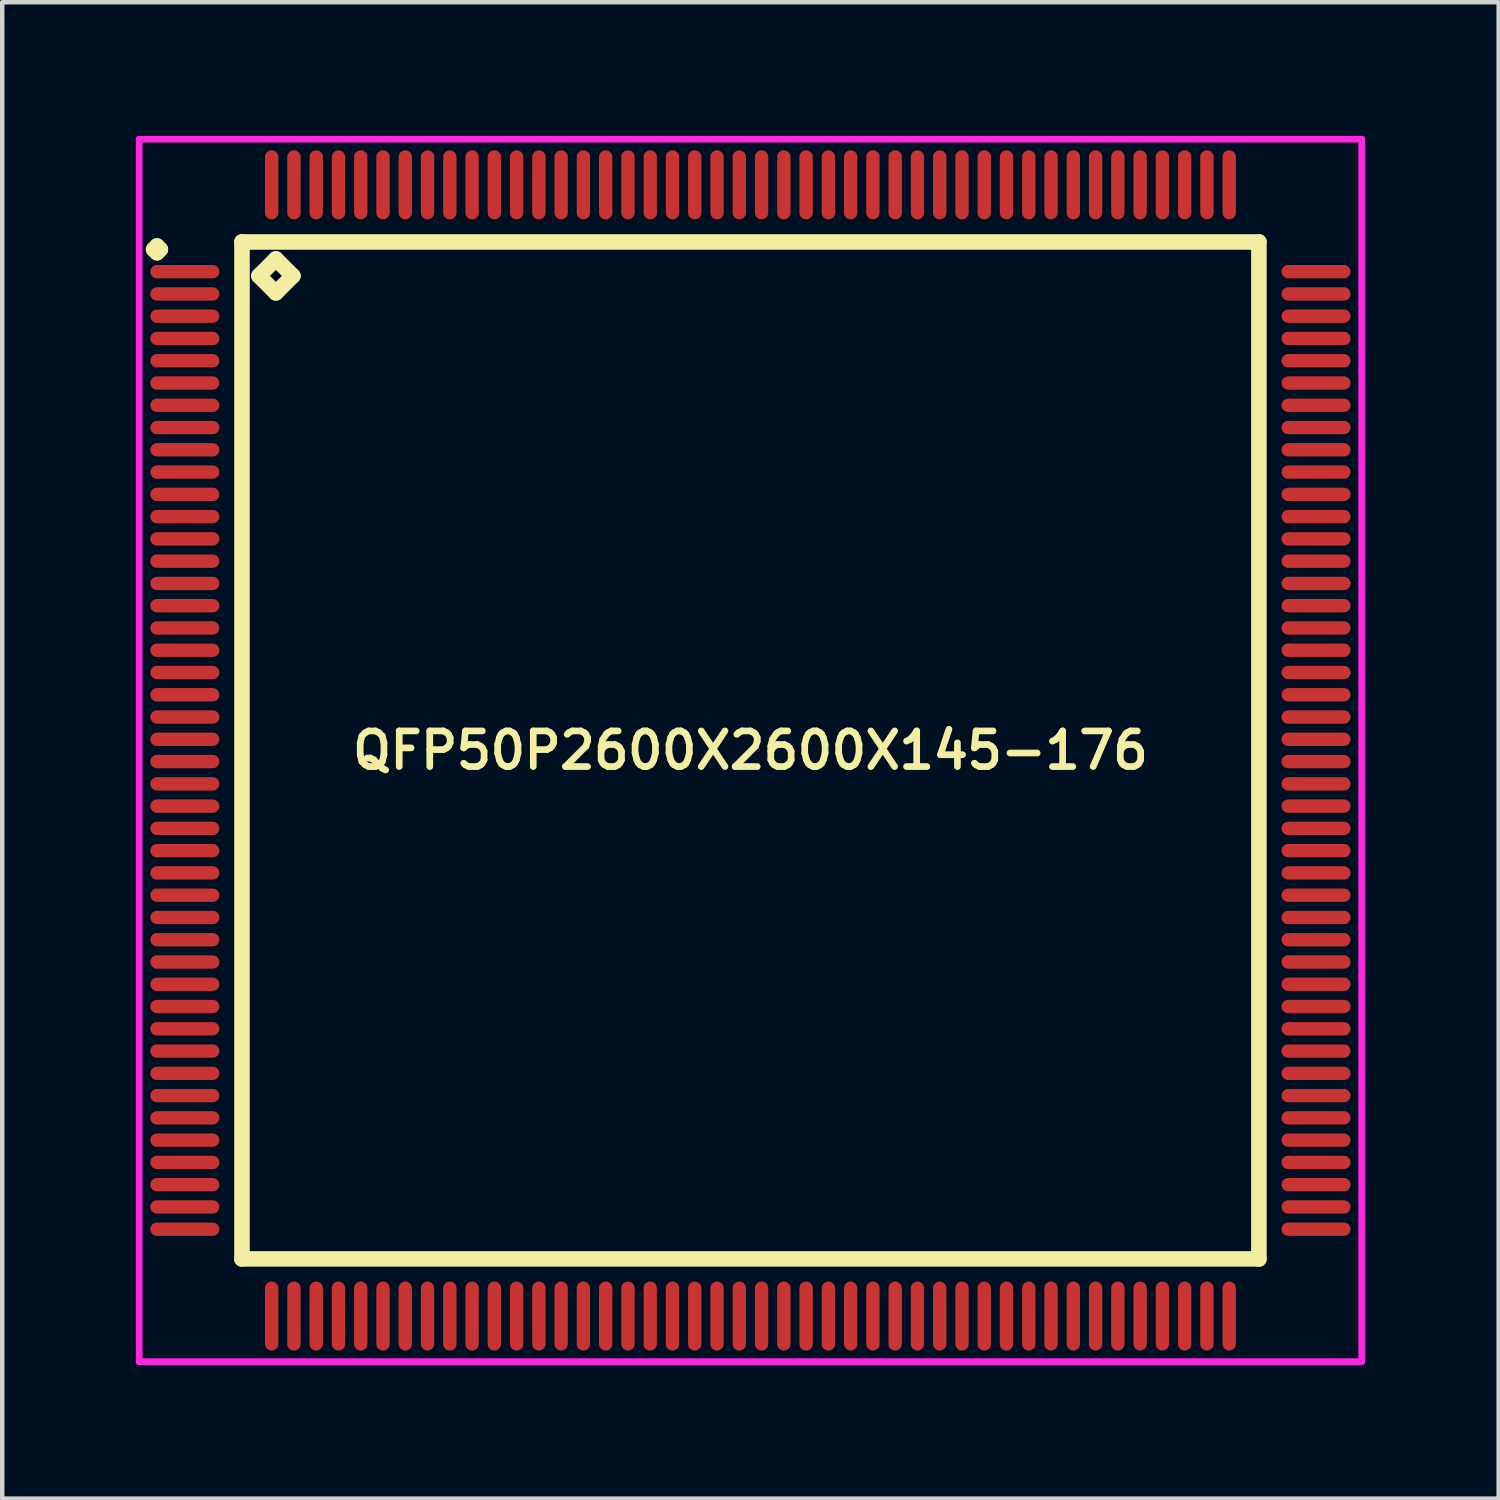
<source format=kicad_pcb>
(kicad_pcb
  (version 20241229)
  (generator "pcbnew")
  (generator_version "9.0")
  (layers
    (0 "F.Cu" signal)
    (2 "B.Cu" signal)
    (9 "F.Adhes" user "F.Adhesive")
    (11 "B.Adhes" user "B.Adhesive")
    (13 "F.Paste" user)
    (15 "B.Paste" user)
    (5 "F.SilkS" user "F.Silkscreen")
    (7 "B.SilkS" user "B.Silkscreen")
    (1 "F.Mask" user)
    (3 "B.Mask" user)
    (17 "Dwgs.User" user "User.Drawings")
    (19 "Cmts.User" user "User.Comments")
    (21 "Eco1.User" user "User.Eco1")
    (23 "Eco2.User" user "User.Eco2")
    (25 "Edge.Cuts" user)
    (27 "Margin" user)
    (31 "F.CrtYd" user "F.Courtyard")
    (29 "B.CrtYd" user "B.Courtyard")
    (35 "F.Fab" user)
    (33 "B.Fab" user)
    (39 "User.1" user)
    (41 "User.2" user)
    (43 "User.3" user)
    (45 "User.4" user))
  (footprint "QFP50P2600X2600X145-176"
    (layer "F.Cu")
    (at 13.8 13.8)
    (property "Reference" "QFP50P2600X2600X145-176" (at 0 0 0) (layer "F.SilkS") (effects (font (size 0.8 0.8) (thickness 0.15))))
    (attr through_hole)
    (fp_line (start -13.4 -11.25) (end -13.325 -11.325) (stroke (width 0.35) (type solid)) (layer "F.SilkS"))
    (fp_line (start -13.325 -11.325) (end -13.25 -11.25) (stroke (width 0.35) (type solid)) (layer "F.SilkS"))
    (fp_line (start -13.325 -11.175) (end -13.4 -11.25) (stroke (width 0.35) (type solid)) (layer "F.SilkS"))
    (fp_line (start -13.25 -11.25) (end -13.325 -11.175) (stroke (width 0.35) (type solid)) (layer "F.SilkS"))
    (fp_line (start -11.417 -11.417) (end -11.417 11.417) (stroke (width 0.35) (type solid)) (layer "F.SilkS"))
    (fp_line (start -11.417 11.417) (end 11.417 11.417) (stroke (width 0.35) (type solid)) (layer "F.SilkS"))
    (fp_line (start -11.036 -10.655) (end -10.655 -11.036) (stroke (width 0.35) (type solid)) (layer "F.SilkS"))
    (fp_line (start -10.655 -11.036) (end -10.274 -10.655) (stroke (width 0.35) (type solid)) (layer "F.SilkS"))
    (fp_line (start -10.655 -10.274) (end -11.036 -10.655) (stroke (width 0.35) (type solid)) (layer "F.SilkS"))
    (fp_line (start -10.274 -10.655) (end -10.655 -10.274) (stroke (width 0.35) (type solid)) (layer "F.SilkS"))
    (fp_line (start 11.417 -11.417) (end -11.417 -11.417) (stroke (width 0.35) (type solid)) (layer "F.SilkS"))
    (fp_line (start 11.417 11.417) (end 11.417 -11.417) (stroke (width 0.35) (type solid)) (layer "F.SilkS"))
    (fp_line (start -13.725 -13.725) (end 13.725 -13.725) (stroke (width 0.15) (type solid)) (layer "F.CrtYd"))
    (fp_line (start -13.725 13.725) (end -13.725 -13.725) (stroke (width 0.15) (type solid)) (layer "F.CrtYd"))
    (fp_line (start 13.725 -13.725) (end 13.725 13.725) (stroke (width 0.15) (type solid)) (layer "F.CrtYd"))
    (fp_line (start 13.725 13.725) (end -13.725 13.725) (stroke (width 0.15) (type solid)) (layer "F.CrtYd"))
    (pad "1" smd oval (at -12.7 -10.75) (size 1.55 0.3) (layers "F.Cu" "F.Mask" "F.Paste"))
    (pad "2" smd oval (at -12.7 -10.25) (size 1.55 0.3) (layers "F.Cu" "F.Mask" "F.Paste"))
    (pad "3" smd oval (at -12.7 -9.75) (size 1.55 0.3) (layers "F.Cu" "F.Mask" "F.Paste"))
    (pad "4" smd oval (at -12.7 -9.25) (size 1.55 0.3) (layers "F.Cu" "F.Mask" "F.Paste"))
    (pad "5" smd oval (at -12.7 -8.75) (size 1.55 0.3) (layers "F.Cu" "F.Mask" "F.Paste"))
    (pad "6" smd oval (at -12.7 -8.25) (size 1.55 0.3) (layers "F.Cu" "F.Mask" "F.Paste"))
    (pad "7" smd oval (at -12.7 -7.75) (size 1.55 0.3) (layers "F.Cu" "F.Mask" "F.Paste"))
    (pad "8" smd oval (at -12.7 -7.25) (size 1.55 0.3) (layers "F.Cu" "F.Mask" "F.Paste"))
    (pad "9" smd oval (at -12.7 -6.75) (size 1.55 0.3) (layers "F.Cu" "F.Mask" "F.Paste"))
    (pad "10" smd oval (at -12.7 -6.25) (size 1.55 0.3) (layers "F.Cu" "F.Mask" "F.Paste"))
    (pad "11" smd oval (at -12.7 -5.75) (size 1.55 0.3) (layers "F.Cu" "F.Mask" "F.Paste"))
    (pad "12" smd oval (at -12.7 -5.25) (size 1.55 0.3) (layers "F.Cu" "F.Mask" "F.Paste"))
    (pad "13" smd oval (at -12.7 -4.75) (size 1.55 0.3) (layers "F.Cu" "F.Mask" "F.Paste"))
    (pad "14" smd oval (at -12.7 -4.25) (size 1.55 0.3) (layers "F.Cu" "F.Mask" "F.Paste"))
    (pad "15" smd oval (at -12.7 -3.75) (size 1.55 0.3) (layers "F.Cu" "F.Mask" "F.Paste"))
    (pad "16" smd oval (at -12.7 -3.25) (size 1.55 0.3) (layers "F.Cu" "F.Mask" "F.Paste"))
    (pad "17" smd oval (at -12.7 -2.75) (size 1.55 0.3) (layers "F.Cu" "F.Mask" "F.Paste"))
    (pad "18" smd oval (at -12.7 -2.25) (size 1.55 0.3) (layers "F.Cu" "F.Mask" "F.Paste"))
    (pad "19" smd oval (at -12.7 -1.75) (size 1.55 0.3) (layers "F.Cu" "F.Mask" "F.Paste"))
    (pad "20" smd oval (at -12.7 -1.25) (size 1.55 0.3) (layers "F.Cu" "F.Mask" "F.Paste"))
    (pad "21" smd oval (at -12.7 -0.75) (size 1.55 0.3) (layers "F.Cu" "F.Mask" "F.Paste"))
    (pad "22" smd oval (at -12.7 -0.25) (size 1.55 0.3) (layers "F.Cu" "F.Mask" "F.Paste"))
    (pad "23" smd oval (at -12.7 0.25) (size 1.55 0.3) (layers "F.Cu" "F.Mask" "F.Paste"))
    (pad "24" smd oval (at -12.7 0.75) (size 1.55 0.3) (layers "F.Cu" "F.Mask" "F.Paste"))
    (pad "25" smd oval (at -12.7 1.25) (size 1.55 0.3) (layers "F.Cu" "F.Mask" "F.Paste"))
    (pad "26" smd oval (at -12.7 1.75) (size 1.55 0.3) (layers "F.Cu" "F.Mask" "F.Paste"))
    (pad "27" smd oval (at -12.7 2.25) (size 1.55 0.3) (layers "F.Cu" "F.Mask" "F.Paste"))
    (pad "28" smd oval (at -12.7 2.75) (size 1.55 0.3) (layers "F.Cu" "F.Mask" "F.Paste"))
    (pad "29" smd oval (at -12.7 3.25) (size 1.55 0.3) (layers "F.Cu" "F.Mask" "F.Paste"))
    (pad "30" smd oval (at -12.7 3.75) (size 1.55 0.3) (layers "F.Cu" "F.Mask" "F.Paste"))
    (pad "31" smd oval (at -12.7 4.25) (size 1.55 0.3) (layers "F.Cu" "F.Mask" "F.Paste"))
    (pad "32" smd oval (at -12.7 4.75) (size 1.55 0.3) (layers "F.Cu" "F.Mask" "F.Paste"))
    (pad "33" smd oval (at -12.7 5.25) (size 1.55 0.3) (layers "F.Cu" "F.Mask" "F.Paste"))
    (pad "34" smd oval (at -12.7 5.75) (size 1.55 0.3) (layers "F.Cu" "F.Mask" "F.Paste"))
    (pad "35" smd oval (at -12.7 6.25) (size 1.55 0.3) (layers "F.Cu" "F.Mask" "F.Paste"))
    (pad "36" smd oval (at -12.7 6.75) (size 1.55 0.3) (layers "F.Cu" "F.Mask" "F.Paste"))
    (pad "37" smd oval (at -12.7 7.25) (size 1.55 0.3) (layers "F.Cu" "F.Mask" "F.Paste"))
    (pad "38" smd oval (at -12.7 7.75) (size 1.55 0.3) (layers "F.Cu" "F.Mask" "F.Paste"))
    (pad "39" smd oval (at -12.7 8.25) (size 1.55 0.3) (layers "F.Cu" "F.Mask" "F.Paste"))
    (pad "40" smd oval (at -12.7 8.75) (size 1.55 0.3) (layers "F.Cu" "F.Mask" "F.Paste"))
    (pad "41" smd oval (at -12.7 9.25) (size 1.55 0.3) (layers "F.Cu" "F.Mask" "F.Paste"))
    (pad "42" smd oval (at -12.7 9.75) (size 1.55 0.3) (layers "F.Cu" "F.Mask" "F.Paste"))
    (pad "43" smd oval (at -12.7 10.25) (size 1.55 0.3) (layers "F.Cu" "F.Mask" "F.Paste"))
    (pad "44" smd oval (at -12.7 10.75) (size 1.55 0.3) (layers "F.Cu" "F.Mask" "F.Paste"))
    (pad "45" smd oval (at -10.75 12.7) (size 0.3 1.55) (layers "F.Cu" "F.Mask" "F.Paste"))
    (pad "46" smd oval (at -10.25 12.7) (size 0.3 1.55) (layers "F.Cu" "F.Mask" "F.Paste"))
    (pad "47" smd oval (at -9.75 12.7) (size 0.3 1.55) (layers "F.Cu" "F.Mask" "F.Paste"))
    (pad "48" smd oval (at -9.25 12.7) (size 0.3 1.55) (layers "F.Cu" "F.Mask" "F.Paste"))
    (pad "49" smd oval (at -8.75 12.7) (size 0.3 1.55) (layers "F.Cu" "F.Mask" "F.Paste"))
    (pad "50" smd oval (at -8.25 12.7) (size 0.3 1.55) (layers "F.Cu" "F.Mask" "F.Paste"))
    (pad "51" smd oval (at -7.75 12.7) (size 0.3 1.55) (layers "F.Cu" "F.Mask" "F.Paste"))
    (pad "52" smd oval (at -7.25 12.7) (size 0.3 1.55) (layers "F.Cu" "F.Mask" "F.Paste"))
    (pad "53" smd oval (at -6.75 12.7) (size 0.3 1.55) (layers "F.Cu" "F.Mask" "F.Paste"))
    (pad "54" smd oval (at -6.25 12.7) (size 0.3 1.55) (layers "F.Cu" "F.Mask" "F.Paste"))
    (pad "55" smd oval (at -5.75 12.7) (size 0.3 1.55) (layers "F.Cu" "F.Mask" "F.Paste"))
    (pad "56" smd oval (at -5.25 12.7) (size 0.3 1.55) (layers "F.Cu" "F.Mask" "F.Paste"))
    (pad "57" smd oval (at -4.75 12.7) (size 0.3 1.55) (layers "F.Cu" "F.Mask" "F.Paste"))
    (pad "58" smd oval (at -4.25 12.7) (size 0.3 1.55) (layers "F.Cu" "F.Mask" "F.Paste"))
    (pad "59" smd oval (at -3.75 12.7) (size 0.3 1.55) (layers "F.Cu" "F.Mask" "F.Paste"))
    (pad "60" smd oval (at -3.25 12.7) (size 0.3 1.55) (layers "F.Cu" "F.Mask" "F.Paste"))
    (pad "61" smd oval (at -2.75 12.7) (size 0.3 1.55) (layers "F.Cu" "F.Mask" "F.Paste"))
    (pad "62" smd oval (at -2.25 12.7) (size 0.3 1.55) (layers "F.Cu" "F.Mask" "F.Paste"))
    (pad "63" smd oval (at -1.75 12.7) (size 0.3 1.55) (layers "F.Cu" "F.Mask" "F.Paste"))
    (pad "64" smd oval (at -1.25 12.7) (size 0.3 1.55) (layers "F.Cu" "F.Mask" "F.Paste"))
    (pad "65" smd oval (at -0.75 12.7) (size 0.3 1.55) (layers "F.Cu" "F.Mask" "F.Paste"))
    (pad "66" smd oval (at -0.25 12.7) (size 0.3 1.55) (layers "F.Cu" "F.Mask" "F.Paste"))
    (pad "67" smd oval (at 0.25 12.7) (size 0.3 1.55) (layers "F.Cu" "F.Mask" "F.Paste"))
    (pad "68" smd oval (at 0.75 12.7) (size 0.3 1.55) (layers "F.Cu" "F.Mask" "F.Paste"))
    (pad "69" smd oval (at 1.25 12.7) (size 0.3 1.55) (layers "F.Cu" "F.Mask" "F.Paste"))
    (pad "70" smd oval (at 1.75 12.7) (size 0.3 1.55) (layers "F.Cu" "F.Mask" "F.Paste"))
    (pad "71" smd oval (at 2.25 12.7) (size 0.3 1.55) (layers "F.Cu" "F.Mask" "F.Paste"))
    (pad "72" smd oval (at 2.75 12.7) (size 0.3 1.55) (layers "F.Cu" "F.Mask" "F.Paste"))
    (pad "73" smd oval (at 3.25 12.7) (size 0.3 1.55) (layers "F.Cu" "F.Mask" "F.Paste"))
    (pad "74" smd oval (at 3.75 12.7) (size 0.3 1.55) (layers "F.Cu" "F.Mask" "F.Paste"))
    (pad "75" smd oval (at 4.25 12.7) (size 0.3 1.55) (layers "F.Cu" "F.Mask" "F.Paste"))
    (pad "76" smd oval (at 4.75 12.7) (size 0.3 1.55) (layers "F.Cu" "F.Mask" "F.Paste"))
    (pad "77" smd oval (at 5.25 12.7) (size 0.3 1.55) (layers "F.Cu" "F.Mask" "F.Paste"))
    (pad "78" smd oval (at 5.75 12.7) (size 0.3 1.55) (layers "F.Cu" "F.Mask" "F.Paste"))
    (pad "79" smd oval (at 6.25 12.7) (size 0.3 1.55) (layers "F.Cu" "F.Mask" "F.Paste"))
    (pad "80" smd oval (at 6.75 12.7) (size 0.3 1.55) (layers "F.Cu" "F.Mask" "F.Paste"))
    (pad "81" smd oval (at 7.25 12.7) (size 0.3 1.55) (layers "F.Cu" "F.Mask" "F.Paste"))
    (pad "82" smd oval (at 7.75 12.7) (size 0.3 1.55) (layers "F.Cu" "F.Mask" "F.Paste"))
    (pad "83" smd oval (at 8.25 12.7) (size 0.3 1.55) (layers "F.Cu" "F.Mask" "F.Paste"))
    (pad "84" smd oval (at 8.75 12.7) (size 0.3 1.55) (layers "F.Cu" "F.Mask" "F.Paste"))
    (pad "85" smd oval (at 9.25 12.7) (size 0.3 1.55) (layers "F.Cu" "F.Mask" "F.Paste"))
    (pad "86" smd oval (at 9.75 12.7) (size 0.3 1.55) (layers "F.Cu" "F.Mask" "F.Paste"))
    (pad "87" smd oval (at 10.25 12.7) (size 0.3 1.55) (layers "F.Cu" "F.Mask" "F.Paste"))
    (pad "88" smd oval (at 10.75 12.7) (size 0.3 1.55) (layers "F.Cu" "F.Mask" "F.Paste"))
    (pad "89" smd oval (at 12.7 10.75) (size 1.55 0.3) (layers "F.Cu" "F.Mask" "F.Paste"))
    (pad "90" smd oval (at 12.7 10.25) (size 1.55 0.3) (layers "F.Cu" "F.Mask" "F.Paste"))
    (pad "91" smd oval (at 12.7 9.75) (size 1.55 0.3) (layers "F.Cu" "F.Mask" "F.Paste"))
    (pad "92" smd oval (at 12.7 9.25) (size 1.55 0.3) (layers "F.Cu" "F.Mask" "F.Paste"))
    (pad "93" smd oval (at 12.7 8.75) (size 1.55 0.3) (layers "F.Cu" "F.Mask" "F.Paste"))
    (pad "94" smd oval (at 12.7 8.25) (size 1.55 0.3) (layers "F.Cu" "F.Mask" "F.Paste"))
    (pad "95" smd oval (at 12.7 7.75) (size 1.55 0.3) (layers "F.Cu" "F.Mask" "F.Paste"))
    (pad "96" smd oval (at 12.7 7.25) (size 1.55 0.3) (layers "F.Cu" "F.Mask" "F.Paste"))
    (pad "97" smd oval (at 12.7 6.75) (size 1.55 0.3) (layers "F.Cu" "F.Mask" "F.Paste"))
    (pad "98" smd oval (at 12.7 6.25) (size 1.55 0.3) (layers "F.Cu" "F.Mask" "F.Paste"))
    (pad "99" smd oval (at 12.7 5.75) (size 1.55 0.3) (layers "F.Cu" "F.Mask" "F.Paste"))
    (pad "100" smd oval (at 12.7 5.25) (size 1.55 0.3) (layers "F.Cu" "F.Mask" "F.Paste"))
    (pad "101" smd oval (at 12.7 4.75) (size 1.55 0.3) (layers "F.Cu" "F.Mask" "F.Paste"))
    (pad "102" smd oval (at 12.7 4.25) (size 1.55 0.3) (layers "F.Cu" "F.Mask" "F.Paste"))
    (pad "103" smd oval (at 12.7 3.75) (size 1.55 0.3) (layers "F.Cu" "F.Mask" "F.Paste"))
    (pad "104" smd oval (at 12.7 3.25) (size 1.55 0.3) (layers "F.Cu" "F.Mask" "F.Paste"))
    (pad "105" smd oval (at 12.7 2.75) (size 1.55 0.3) (layers "F.Cu" "F.Mask" "F.Paste"))
    (pad "106" smd oval (at 12.7 2.25) (size 1.55 0.3) (layers "F.Cu" "F.Mask" "F.Paste"))
    (pad "107" smd oval (at 12.7 1.75) (size 1.55 0.3) (layers "F.Cu" "F.Mask" "F.Paste"))
    (pad "108" smd oval (at 12.7 1.25) (size 1.55 0.3) (layers "F.Cu" "F.Mask" "F.Paste"))
    (pad "109" smd oval (at 12.7 0.75) (size 1.55 0.3) (layers "F.Cu" "F.Mask" "F.Paste"))
    (pad "110" smd oval (at 12.7 0.25) (size 1.55 0.3) (layers "F.Cu" "F.Mask" "F.Paste"))
    (pad "111" smd oval (at 12.7 -0.25) (size 1.55 0.3) (layers "F.Cu" "F.Mask" "F.Paste"))
    (pad "112" smd oval (at 12.7 -0.75) (size 1.55 0.3) (layers "F.Cu" "F.Mask" "F.Paste"))
    (pad "113" smd oval (at 12.7 -1.25) (size 1.55 0.3) (layers "F.Cu" "F.Mask" "F.Paste"))
    (pad "114" smd oval (at 12.7 -1.75) (size 1.55 0.3) (layers "F.Cu" "F.Mask" "F.Paste"))
    (pad "115" smd oval (at 12.7 -2.25) (size 1.55 0.3) (layers "F.Cu" "F.Mask" "F.Paste"))
    (pad "116" smd oval (at 12.7 -2.75) (size 1.55 0.3) (layers "F.Cu" "F.Mask" "F.Paste"))
    (pad "117" smd oval (at 12.7 -3.25) (size 1.55 0.3) (layers "F.Cu" "F.Mask" "F.Paste"))
    (pad "118" smd oval (at 12.7 -3.75) (size 1.55 0.3) (layers "F.Cu" "F.Mask" "F.Paste"))
    (pad "119" smd oval (at 12.7 -4.25) (size 1.55 0.3) (layers "F.Cu" "F.Mask" "F.Paste"))
    (pad "120" smd oval (at 12.7 -4.75) (size 1.55 0.3) (layers "F.Cu" "F.Mask" "F.Paste"))
    (pad "121" smd oval (at 12.7 -5.25) (size 1.55 0.3) (layers "F.Cu" "F.Mask" "F.Paste"))
    (pad "122" smd oval (at 12.7 -5.75) (size 1.55 0.3) (layers "F.Cu" "F.Mask" "F.Paste"))
    (pad "123" smd oval (at 12.7 -6.25) (size 1.55 0.3) (layers "F.Cu" "F.Mask" "F.Paste"))
    (pad "124" smd oval (at 12.7 -6.75) (size 1.55 0.3) (layers "F.Cu" "F.Mask" "F.Paste"))
    (pad "125" smd oval (at 12.7 -7.25) (size 1.55 0.3) (layers "F.Cu" "F.Mask" "F.Paste"))
    (pad "126" smd oval (at 12.7 -7.75) (size 1.55 0.3) (layers "F.Cu" "F.Mask" "F.Paste"))
    (pad "127" smd oval (at 12.7 -8.25) (size 1.55 0.3) (layers "F.Cu" "F.Mask" "F.Paste"))
    (pad "128" smd oval (at 12.7 -8.75) (size 1.55 0.3) (layers "F.Cu" "F.Mask" "F.Paste"))
    (pad "129" smd oval (at 12.7 -9.25) (size 1.55 0.3) (layers "F.Cu" "F.Mask" "F.Paste"))
    (pad "130" smd oval (at 12.7 -9.75) (size 1.55 0.3) (layers "F.Cu" "F.Mask" "F.Paste"))
    (pad "131" smd oval (at 12.7 -10.25) (size 1.55 0.3) (layers "F.Cu" "F.Mask" "F.Paste"))
    (pad "132" smd oval (at 12.7 -10.75) (size 1.55 0.3) (layers "F.Cu" "F.Mask" "F.Paste"))
    (pad "133" smd oval (at 10.75 -12.7) (size 0.3 1.55) (layers "F.Cu" "F.Mask" "F.Paste"))
    (pad "134" smd oval (at 10.25 -12.7) (size 0.3 1.55) (layers "F.Cu" "F.Mask" "F.Paste"))
    (pad "135" smd oval (at 9.75 -12.7) (size 0.3 1.55) (layers "F.Cu" "F.Mask" "F.Paste"))
    (pad "136" smd oval (at 9.25 -12.7) (size 0.3 1.55) (layers "F.Cu" "F.Mask" "F.Paste"))
    (pad "137" smd oval (at 8.75 -12.7) (size 0.3 1.55) (layers "F.Cu" "F.Mask" "F.Paste"))
    (pad "138" smd oval (at 8.25 -12.7) (size 0.3 1.55) (layers "F.Cu" "F.Mask" "F.Paste"))
    (pad "139" smd oval (at 7.75 -12.7) (size 0.3 1.55) (layers "F.Cu" "F.Mask" "F.Paste"))
    (pad "140" smd oval (at 7.25 -12.7) (size 0.3 1.55) (layers "F.Cu" "F.Mask" "F.Paste"))
    (pad "141" smd oval (at 6.75 -12.7) (size 0.3 1.55) (layers "F.Cu" "F.Mask" "F.Paste"))
    (pad "142" smd oval (at 6.25 -12.7) (size 0.3 1.55) (layers "F.Cu" "F.Mask" "F.Paste"))
    (pad "143" smd oval (at 5.75 -12.7) (size 0.3 1.55) (layers "F.Cu" "F.Mask" "F.Paste"))
    (pad "144" smd oval (at 5.25 -12.7) (size 0.3 1.55) (layers "F.Cu" "F.Mask" "F.Paste"))
    (pad "145" smd oval (at 4.75 -12.7) (size 0.3 1.55) (layers "F.Cu" "F.Mask" "F.Paste"))
    (pad "146" smd oval (at 4.25 -12.7) (size 0.3 1.55) (layers "F.Cu" "F.Mask" "F.Paste"))
    (pad "147" smd oval (at 3.75 -12.7) (size 0.3 1.55) (layers "F.Cu" "F.Mask" "F.Paste"))
    (pad "148" smd oval (at 3.25 -12.7) (size 0.3 1.55) (layers "F.Cu" "F.Mask" "F.Paste"))
    (pad "149" smd oval (at 2.75 -12.7) (size 0.3 1.55) (layers "F.Cu" "F.Mask" "F.Paste"))
    (pad "150" smd oval (at 2.25 -12.7) (size 0.3 1.55) (layers "F.Cu" "F.Mask" "F.Paste"))
    (pad "151" smd oval (at 1.75 -12.7) (size 0.3 1.55) (layers "F.Cu" "F.Mask" "F.Paste"))
    (pad "152" smd oval (at 1.25 -12.7) (size 0.3 1.55) (layers "F.Cu" "F.Mask" "F.Paste"))
    (pad "153" smd oval (at 0.75 -12.7) (size 0.3 1.55) (layers "F.Cu" "F.Mask" "F.Paste"))
    (pad "154" smd oval (at 0.25 -12.7) (size 0.3 1.55) (layers "F.Cu" "F.Mask" "F.Paste"))
    (pad "155" smd oval (at -0.25 -12.7) (size 0.3 1.55) (layers "F.Cu" "F.Mask" "F.Paste"))
    (pad "156" smd oval (at -0.75 -12.7) (size 0.3 1.55) (layers "F.Cu" "F.Mask" "F.Paste"))
    (pad "157" smd oval (at -1.25 -12.7) (size 0.3 1.55) (layers "F.Cu" "F.Mask" "F.Paste"))
    (pad "158" smd oval (at -1.75 -12.7) (size 0.3 1.55) (layers "F.Cu" "F.Mask" "F.Paste"))
    (pad "159" smd oval (at -2.25 -12.7) (size 0.3 1.55) (layers "F.Cu" "F.Mask" "F.Paste"))
    (pad "160" smd oval (at -2.75 -12.7) (size 0.3 1.55) (layers "F.Cu" "F.Mask" "F.Paste"))
    (pad "161" smd oval (at -3.25 -12.7) (size 0.3 1.55) (layers "F.Cu" "F.Mask" "F.Paste"))
    (pad "162" smd oval (at -3.75 -12.7) (size 0.3 1.55) (layers "F.Cu" "F.Mask" "F.Paste"))
    (pad "163" smd oval (at -4.25 -12.7) (size 0.3 1.55) (layers "F.Cu" "F.Mask" "F.Paste"))
    (pad "164" smd oval (at -4.75 -12.7) (size 0.3 1.55) (layers "F.Cu" "F.Mask" "F.Paste"))
    (pad "165" smd oval (at -5.25 -12.7) (size 0.3 1.55) (layers "F.Cu" "F.Mask" "F.Paste"))
    (pad "166" smd oval (at -5.75 -12.7) (size 0.3 1.55) (layers "F.Cu" "F.Mask" "F.Paste"))
    (pad "167" smd oval (at -6.25 -12.7) (size 0.3 1.55) (layers "F.Cu" "F.Mask" "F.Paste"))
    (pad "168" smd oval (at -6.75 -12.7) (size 0.3 1.55) (layers "F.Cu" "F.Mask" "F.Paste"))
    (pad "169" smd oval (at -7.25 -12.7) (size 0.3 1.55) (layers "F.Cu" "F.Mask" "F.Paste"))
    (pad "170" smd oval (at -7.75 -12.7) (size 0.3 1.55) (layers "F.Cu" "F.Mask" "F.Paste"))
    (pad "171" smd oval (at -8.25 -12.7) (size 0.3 1.55) (layers "F.Cu" "F.Mask" "F.Paste"))
    (pad "172" smd oval (at -8.75 -12.7) (size 0.3 1.55) (layers "F.Cu" "F.Mask" "F.Paste"))
    (pad "173" smd oval (at -9.25 -12.7) (size 0.3 1.55) (layers "F.Cu" "F.Mask" "F.Paste"))
    (pad "174" smd oval (at -9.75 -12.7) (size 0.3 1.55) (layers "F.Cu" "F.Mask" "F.Paste"))
    (pad "175" smd oval (at -10.25 -12.7) (size 0.3 1.55) (layers "F.Cu" "F.Mask" "F.Paste"))
    (pad "176" smd oval (at -10.75 -12.7) (size 0.3 1.55) (layers "F.Cu" "F.Mask" "F.Paste")))
  (gr_rect
    (start -3 -3)
    (end 30.6 30.6)
    (stroke (width 0.1) (type default))
    (fill no)
    (layer "Edge.Cuts")))
</source>
